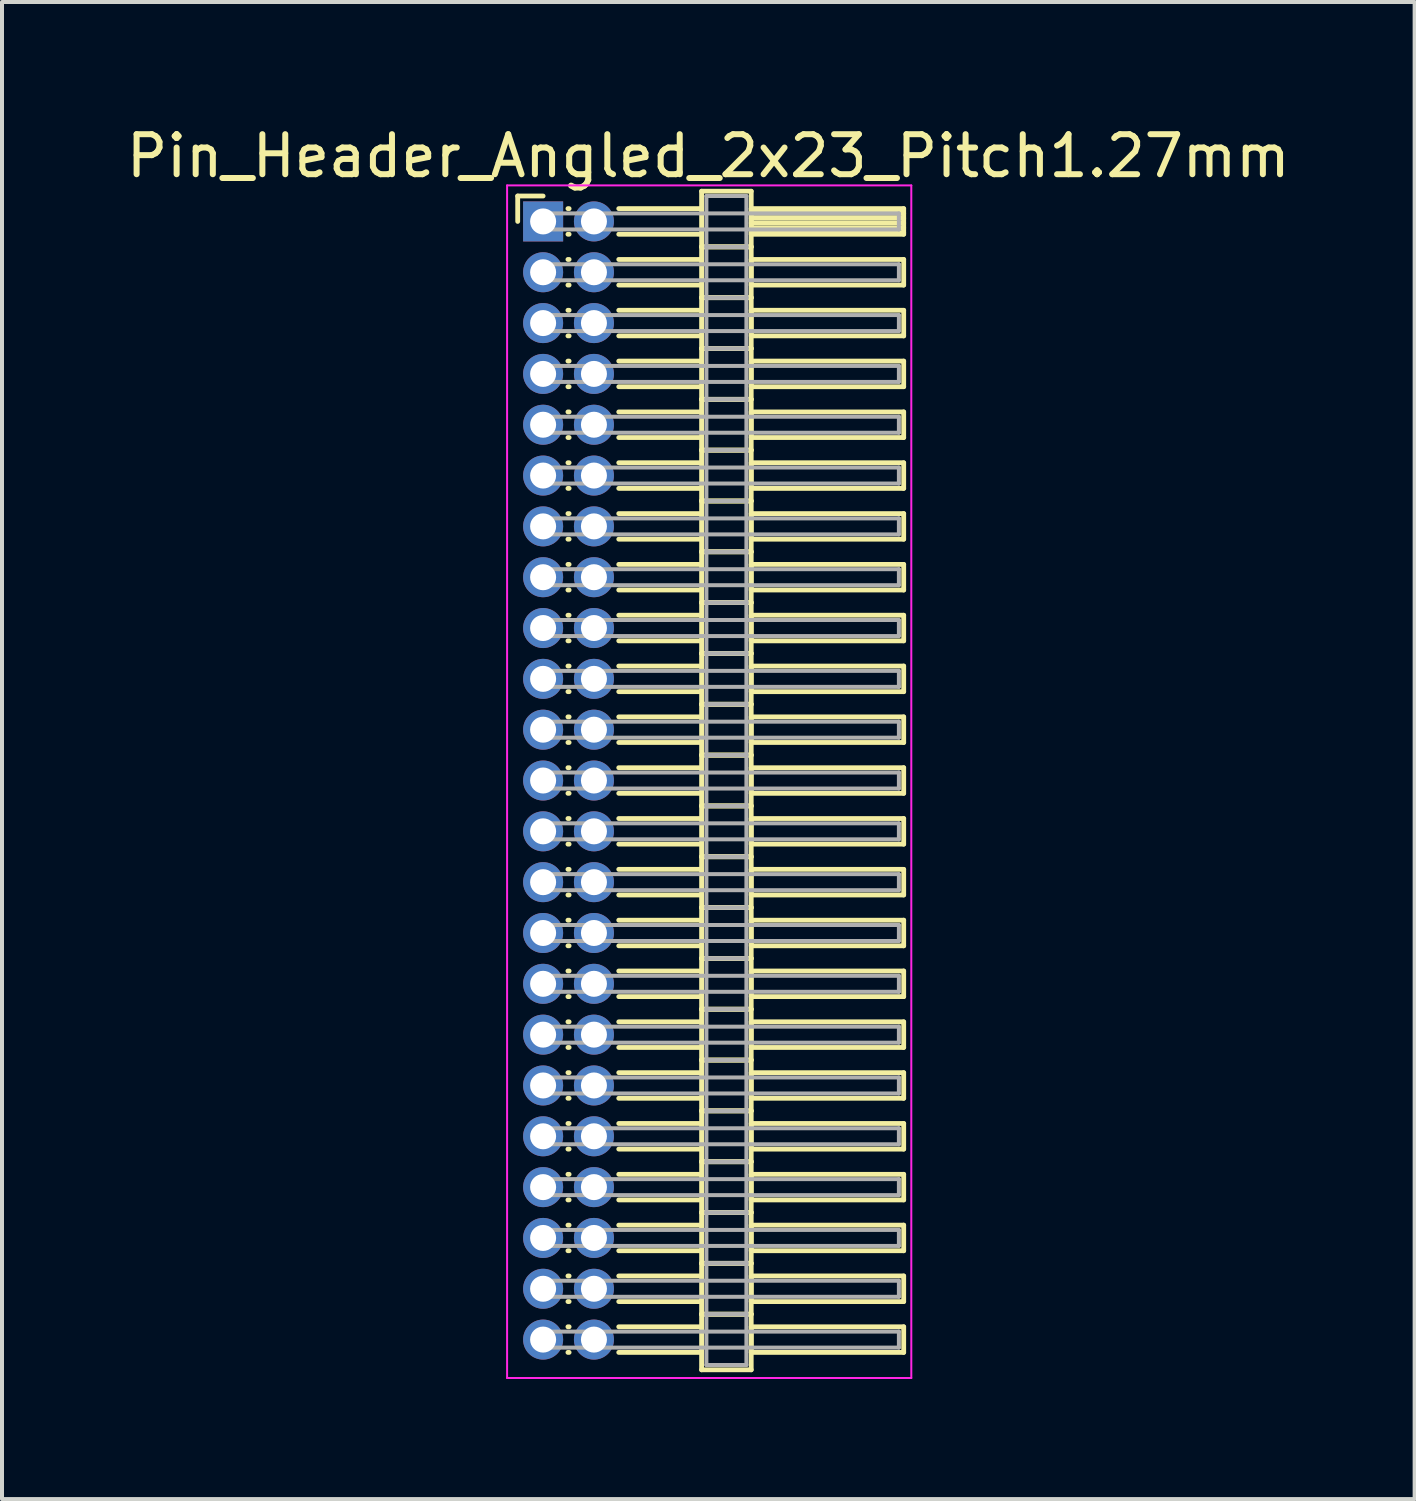
<source format=kicad_pcb>
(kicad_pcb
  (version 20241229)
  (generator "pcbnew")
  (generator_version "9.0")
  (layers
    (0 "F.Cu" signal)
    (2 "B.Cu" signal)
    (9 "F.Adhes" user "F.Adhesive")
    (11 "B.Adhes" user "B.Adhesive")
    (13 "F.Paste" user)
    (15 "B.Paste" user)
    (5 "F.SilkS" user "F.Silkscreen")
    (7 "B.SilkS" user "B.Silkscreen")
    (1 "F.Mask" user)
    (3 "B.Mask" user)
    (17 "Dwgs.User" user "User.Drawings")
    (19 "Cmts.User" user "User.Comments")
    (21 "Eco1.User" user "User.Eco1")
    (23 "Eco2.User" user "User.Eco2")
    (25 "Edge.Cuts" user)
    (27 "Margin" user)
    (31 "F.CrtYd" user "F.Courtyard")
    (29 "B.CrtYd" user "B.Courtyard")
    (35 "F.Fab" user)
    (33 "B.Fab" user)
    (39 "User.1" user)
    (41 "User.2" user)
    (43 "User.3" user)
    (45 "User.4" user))
  (footprint "Pin_Header_Angled_2x23_Pitch1.27mm"
    (layer "F.Cu")
    (at 10.521 2.483)
    (property "Reference" "Pin_Header_Angled_2x23_Pitch1.27mm" (at 4.128 -1.635 0) (layer "F.SilkS") (effects (font (size 1 1) (thickness 0.15))))
    (attr through_hole)
    (fp_line (start -0.635 -0.635) (end 0 -0.635) (stroke (width 0.12) (type solid)) (layer "F.SilkS"))
    (fp_line (start -0.635 0) (end -0.635 -0.635) (stroke (width 0.12) (type solid)) (layer "F.SilkS"))
    (fp_line (start 0.62 -0.32) (end 0.65 -0.32) (stroke (width 0.12) (type solid)) (layer "F.SilkS"))
    (fp_line (start 0.62 0.32) (end 0.65 0.32) (stroke (width 0.12) (type solid)) (layer "F.SilkS"))
    (fp_line (start 0.62 0.95) (end 0.65 0.95) (stroke (width 0.12) (type solid)) (layer "F.SilkS"))
    (fp_line (start 0.62 1.59) (end 0.65 1.59) (stroke (width 0.12) (type solid)) (layer "F.SilkS"))
    (fp_line (start 0.62 2.22) (end 0.65 2.22) (stroke (width 0.12) (type solid)) (layer "F.SilkS"))
    (fp_line (start 0.62 2.86) (end 0.65 2.86) (stroke (width 0.12) (type solid)) (layer "F.SilkS"))
    (fp_line (start 0.62 3.49) (end 0.65 3.49) (stroke (width 0.12) (type solid)) (layer "F.SilkS"))
    (fp_line (start 0.62 4.13) (end 0.65 4.13) (stroke (width 0.12) (type solid)) (layer "F.SilkS"))
    (fp_line (start 0.62 4.76) (end 0.65 4.76) (stroke (width 0.12) (type solid)) (layer "F.SilkS"))
    (fp_line (start 0.62 5.4) (end 0.65 5.4) (stroke (width 0.12) (type solid)) (layer "F.SilkS"))
    (fp_line (start 0.62 6.03) (end 0.65 6.03) (stroke (width 0.12) (type solid)) (layer "F.SilkS"))
    (fp_line (start 0.62 6.67) (end 0.65 6.67) (stroke (width 0.12) (type solid)) (layer "F.SilkS"))
    (fp_line (start 0.62 7.3) (end 0.65 7.3) (stroke (width 0.12) (type solid)) (layer "F.SilkS"))
    (fp_line (start 0.62 7.94) (end 0.65 7.94) (stroke (width 0.12) (type solid)) (layer "F.SilkS"))
    (fp_line (start 0.62 8.57) (end 0.65 8.57) (stroke (width 0.12) (type solid)) (layer "F.SilkS"))
    (fp_line (start 0.62 9.21) (end 0.65 9.21) (stroke (width 0.12) (type solid)) (layer "F.SilkS"))
    (fp_line (start 0.62 9.84) (end 0.65 9.84) (stroke (width 0.12) (type solid)) (layer "F.SilkS"))
    (fp_line (start 0.62 10.48) (end 0.65 10.48) (stroke (width 0.12) (type solid)) (layer "F.SilkS"))
    (fp_line (start 0.62 11.11) (end 0.65 11.11) (stroke (width 0.12) (type solid)) (layer "F.SilkS"))
    (fp_line (start 0.62 11.75) (end 0.65 11.75) (stroke (width 0.12) (type solid)) (layer "F.SilkS"))
    (fp_line (start 0.62 12.38) (end 0.65 12.38) (stroke (width 0.12) (type solid)) (layer "F.SilkS"))
    (fp_line (start 0.62 13.02) (end 0.65 13.02) (stroke (width 0.12) (type solid)) (layer "F.SilkS"))
    (fp_line (start 0.62 13.65) (end 0.65 13.65) (stroke (width 0.12) (type solid)) (layer "F.SilkS"))
    (fp_line (start 0.62 14.29) (end 0.65 14.29) (stroke (width 0.12) (type solid)) (layer "F.SilkS"))
    (fp_line (start 0.62 14.92) (end 0.65 14.92) (stroke (width 0.12) (type solid)) (layer "F.SilkS"))
    (fp_line (start 0.62 15.56) (end 0.65 15.56) (stroke (width 0.12) (type solid)) (layer "F.SilkS"))
    (fp_line (start 0.62 16.19) (end 0.65 16.19) (stroke (width 0.12) (type solid)) (layer "F.SilkS"))
    (fp_line (start 0.62 16.83) (end 0.65 16.83) (stroke (width 0.12) (type solid)) (layer "F.SilkS"))
    (fp_line (start 0.62 17.46) (end 0.65 17.46) (stroke (width 0.12) (type solid)) (layer "F.SilkS"))
    (fp_line (start 0.62 18.1) (end 0.65 18.1) (stroke (width 0.12) (type solid)) (layer "F.SilkS"))
    (fp_line (start 0.62 18.73) (end 0.65 18.73) (stroke (width 0.12) (type solid)) (layer "F.SilkS"))
    (fp_line (start 0.62 19.37) (end 0.65 19.37) (stroke (width 0.12) (type solid)) (layer "F.SilkS"))
    (fp_line (start 0.62 20) (end 0.65 20) (stroke (width 0.12) (type solid)) (layer "F.SilkS"))
    (fp_line (start 0.62 20.64) (end 0.65 20.64) (stroke (width 0.12) (type solid)) (layer "F.SilkS"))
    (fp_line (start 0.62 21.27) (end 0.65 21.27) (stroke (width 0.12) (type solid)) (layer "F.SilkS"))
    (fp_line (start 0.62 21.91) (end 0.65 21.91) (stroke (width 0.12) (type solid)) (layer "F.SilkS"))
    (fp_line (start 0.62 22.54) (end 0.65 22.54) (stroke (width 0.12) (type solid)) (layer "F.SilkS"))
    (fp_line (start 0.62 23.18) (end 0.65 23.18) (stroke (width 0.12) (type solid)) (layer "F.SilkS"))
    (fp_line (start 0.62 23.81) (end 0.65 23.81) (stroke (width 0.12) (type solid)) (layer "F.SilkS"))
    (fp_line (start 0.62 24.45) (end 0.65 24.45) (stroke (width 0.12) (type solid)) (layer "F.SilkS"))
    (fp_line (start 0.62 25.08) (end 0.65 25.08) (stroke (width 0.12) (type solid)) (layer "F.SilkS"))
    (fp_line (start 0.62 25.72) (end 0.65 25.72) (stroke (width 0.12) (type solid)) (layer "F.SilkS"))
    (fp_line (start 0.62 26.35) (end 0.65 26.35) (stroke (width 0.12) (type solid)) (layer "F.SilkS"))
    (fp_line (start 0.62 26.99) (end 0.65 26.99) (stroke (width 0.12) (type solid)) (layer "F.SilkS"))
    (fp_line (start 0.62 27.62) (end 0.65 27.62) (stroke (width 0.12) (type solid)) (layer "F.SilkS"))
    (fp_line (start 0.62 28.26) (end 0.65 28.26) (stroke (width 0.12) (type solid)) (layer "F.SilkS"))
    (fp_line (start 1.89 -0.32) (end 3.96 -0.32) (stroke (width 0.12) (type solid)) (layer "F.SilkS"))
    (fp_line (start 1.89 0.32) (end 3.96 0.32) (stroke (width 0.12) (type solid)) (layer "F.SilkS"))
    (fp_line (start 1.89 0.95) (end 3.96 0.95) (stroke (width 0.12) (type solid)) (layer "F.SilkS"))
    (fp_line (start 1.89 1.59) (end 3.96 1.59) (stroke (width 0.12) (type solid)) (layer "F.SilkS"))
    (fp_line (start 1.89 2.22) (end 3.96 2.22) (stroke (width 0.12) (type solid)) (layer "F.SilkS"))
    (fp_line (start 1.89 2.86) (end 3.96 2.86) (stroke (width 0.12) (type solid)) (layer "F.SilkS"))
    (fp_line (start 1.89 3.49) (end 3.96 3.49) (stroke (width 0.12) (type solid)) (layer "F.SilkS"))
    (fp_line (start 1.89 4.13) (end 3.96 4.13) (stroke (width 0.12) (type solid)) (layer "F.SilkS"))
    (fp_line (start 1.89 4.76) (end 3.96 4.76) (stroke (width 0.12) (type solid)) (layer "F.SilkS"))
    (fp_line (start 1.89 5.4) (end 3.96 5.4) (stroke (width 0.12) (type solid)) (layer "F.SilkS"))
    (fp_line (start 1.89 6.03) (end 3.96 6.03) (stroke (width 0.12) (type solid)) (layer "F.SilkS"))
    (fp_line (start 1.89 6.67) (end 3.96 6.67) (stroke (width 0.12) (type solid)) (layer "F.SilkS"))
    (fp_line (start 1.89 7.3) (end 3.96 7.3) (stroke (width 0.12) (type solid)) (layer "F.SilkS"))
    (fp_line (start 1.89 7.94) (end 3.96 7.94) (stroke (width 0.12) (type solid)) (layer "F.SilkS"))
    (fp_line (start 1.89 8.57) (end 3.96 8.57) (stroke (width 0.12) (type solid)) (layer "F.SilkS"))
    (fp_line (start 1.89 9.21) (end 3.96 9.21) (stroke (width 0.12) (type solid)) (layer "F.SilkS"))
    (fp_line (start 1.89 9.84) (end 3.96 9.84) (stroke (width 0.12) (type solid)) (layer "F.SilkS"))
    (fp_line (start 1.89 10.48) (end 3.96 10.48) (stroke (width 0.12) (type solid)) (layer "F.SilkS"))
    (fp_line (start 1.89 11.11) (end 3.96 11.11) (stroke (width 0.12) (type solid)) (layer "F.SilkS"))
    (fp_line (start 1.89 11.75) (end 3.96 11.75) (stroke (width 0.12) (type solid)) (layer "F.SilkS"))
    (fp_line (start 1.89 12.38) (end 3.96 12.38) (stroke (width 0.12) (type solid)) (layer "F.SilkS"))
    (fp_line (start 1.89 13.02) (end 3.96 13.02) (stroke (width 0.12) (type solid)) (layer "F.SilkS"))
    (fp_line (start 1.89 13.65) (end 3.96 13.65) (stroke (width 0.12) (type solid)) (layer "F.SilkS"))
    (fp_line (start 1.89 14.29) (end 3.96 14.29) (stroke (width 0.12) (type solid)) (layer "F.SilkS"))
    (fp_line (start 1.89 14.92) (end 3.96 14.92) (stroke (width 0.12) (type solid)) (layer "F.SilkS"))
    (fp_line (start 1.89 15.56) (end 3.96 15.56) (stroke (width 0.12) (type solid)) (layer "F.SilkS"))
    (fp_line (start 1.89 16.19) (end 3.96 16.19) (stroke (width 0.12) (type solid)) (layer "F.SilkS"))
    (fp_line (start 1.89 16.83) (end 3.96 16.83) (stroke (width 0.12) (type solid)) (layer "F.SilkS"))
    (fp_line (start 1.89 17.46) (end 3.96 17.46) (stroke (width 0.12) (type solid)) (layer "F.SilkS"))
    (fp_line (start 1.89 18.1) (end 3.96 18.1) (stroke (width 0.12) (type solid)) (layer "F.SilkS"))
    (fp_line (start 1.89 18.73) (end 3.96 18.73) (stroke (width 0.12) (type solid)) (layer "F.SilkS"))
    (fp_line (start 1.89 19.37) (end 3.96 19.37) (stroke (width 0.12) (type solid)) (layer "F.SilkS"))
    (fp_line (start 1.89 20) (end 3.96 20) (stroke (width 0.12) (type solid)) (layer "F.SilkS"))
    (fp_line (start 1.89 20.64) (end 3.96 20.64) (stroke (width 0.12) (type solid)) (layer "F.SilkS"))
    (fp_line (start 1.89 21.27) (end 3.96 21.27) (stroke (width 0.12) (type solid)) (layer "F.SilkS"))
    (fp_line (start 1.89 21.91) (end 3.96 21.91) (stroke (width 0.12) (type solid)) (layer "F.SilkS"))
    (fp_line (start 1.89 22.54) (end 3.96 22.54) (stroke (width 0.12) (type solid)) (layer "F.SilkS"))
    (fp_line (start 1.89 23.18) (end 3.96 23.18) (stroke (width 0.12) (type solid)) (layer "F.SilkS"))
    (fp_line (start 1.89 23.81) (end 3.96 23.81) (stroke (width 0.12) (type solid)) (layer "F.SilkS"))
    (fp_line (start 1.89 24.45) (end 3.96 24.45) (stroke (width 0.12) (type solid)) (layer "F.SilkS"))
    (fp_line (start 1.89 25.08) (end 3.96 25.08) (stroke (width 0.12) (type solid)) (layer "F.SilkS"))
    (fp_line (start 1.89 25.72) (end 3.96 25.72) (stroke (width 0.12) (type solid)) (layer "F.SilkS"))
    (fp_line (start 1.89 26.35) (end 3.96 26.35) (stroke (width 0.12) (type solid)) (layer "F.SilkS"))
    (fp_line (start 1.89 26.99) (end 3.96 26.99) (stroke (width 0.12) (type solid)) (layer "F.SilkS"))
    (fp_line (start 1.89 27.62) (end 3.96 27.62) (stroke (width 0.12) (type solid)) (layer "F.SilkS"))
    (fp_line (start 1.89 28.26) (end 3.96 28.26) (stroke (width 0.12) (type solid)) (layer "F.SilkS"))
    (fp_line (start 3.96 -0.755) (end 3.96 0.635) (stroke (width 0.12) (type solid)) (layer "F.SilkS"))
    (fp_line (start 3.96 0.635) (end 3.96 1.905) (stroke (width 0.12) (type solid)) (layer "F.SilkS"))
    (fp_line (start 3.96 0.635) (end 5.2 0.635) (stroke (width 0.12) (type solid)) (layer "F.SilkS"))
    (fp_line (start 3.96 1.905) (end 3.96 3.175) (stroke (width 0.12) (type solid)) (layer "F.SilkS"))
    (fp_line (start 3.96 1.905) (end 5.2 1.905) (stroke (width 0.12) (type solid)) (layer "F.SilkS"))
    (fp_line (start 3.96 3.175) (end 3.96 4.445) (stroke (width 0.12) (type solid)) (layer "F.SilkS"))
    (fp_line (start 3.96 3.175) (end 5.2 3.175) (stroke (width 0.12) (type solid)) (layer "F.SilkS"))
    (fp_line (start 3.96 4.445) (end 3.96 5.715) (stroke (width 0.12) (type solid)) (layer "F.SilkS"))
    (fp_line (start 3.96 4.445) (end 5.2 4.445) (stroke (width 0.12) (type solid)) (layer "F.SilkS"))
    (fp_line (start 3.96 5.715) (end 3.96 6.985) (stroke (width 0.12) (type solid)) (layer "F.SilkS"))
    (fp_line (start 3.96 5.715) (end 5.2 5.715) (stroke (width 0.12) (type solid)) (layer "F.SilkS"))
    (fp_line (start 3.96 6.985) (end 3.96 8.255) (stroke (width 0.12) (type solid)) (layer "F.SilkS"))
    (fp_line (start 3.96 6.985) (end 5.2 6.985) (stroke (width 0.12) (type solid)) (layer "F.SilkS"))
    (fp_line (start 3.96 8.255) (end 3.96 9.525) (stroke (width 0.12) (type solid)) (layer "F.SilkS"))
    (fp_line (start 3.96 8.255) (end 5.2 8.255) (stroke (width 0.12) (type solid)) (layer "F.SilkS"))
    (fp_line (start 3.96 9.525) (end 3.96 10.795) (stroke (width 0.12) (type solid)) (layer "F.SilkS"))
    (fp_line (start 3.96 9.525) (end 5.2 9.525) (stroke (width 0.12) (type solid)) (layer "F.SilkS"))
    (fp_line (start 3.96 10.795) (end 3.96 12.065) (stroke (width 0.12) (type solid)) (layer "F.SilkS"))
    (fp_line (start 3.96 10.795) (end 5.2 10.795) (stroke (width 0.12) (type solid)) (layer "F.SilkS"))
    (fp_line (start 3.96 12.065) (end 3.96 13.335) (stroke (width 0.12) (type solid)) (layer "F.SilkS"))
    (fp_line (start 3.96 12.065) (end 5.2 12.065) (stroke (width 0.12) (type solid)) (layer "F.SilkS"))
    (fp_line (start 3.96 13.335) (end 3.96 14.605) (stroke (width 0.12) (type solid)) (layer "F.SilkS"))
    (fp_line (start 3.96 13.335) (end 5.2 13.335) (stroke (width 0.12) (type solid)) (layer "F.SilkS"))
    (fp_line (start 3.96 14.605) (end 3.96 15.875) (stroke (width 0.12) (type solid)) (layer "F.SilkS"))
    (fp_line (start 3.96 14.605) (end 5.2 14.605) (stroke (width 0.12) (type solid)) (layer "F.SilkS"))
    (fp_line (start 3.96 15.875) (end 3.96 17.145) (stroke (width 0.12) (type solid)) (layer "F.SilkS"))
    (fp_line (start 3.96 15.875) (end 5.2 15.875) (stroke (width 0.12) (type solid)) (layer "F.SilkS"))
    (fp_line (start 3.96 17.145) (end 3.96 18.415) (stroke (width 0.12) (type solid)) (layer "F.SilkS"))
    (fp_line (start 3.96 17.145) (end 5.2 17.145) (stroke (width 0.12) (type solid)) (layer "F.SilkS"))
    (fp_line (start 3.96 18.415) (end 3.96 19.685) (stroke (width 0.12) (type solid)) (layer "F.SilkS"))
    (fp_line (start 3.96 18.415) (end 5.2 18.415) (stroke (width 0.12) (type solid)) (layer "F.SilkS"))
    (fp_line (start 3.96 19.685) (end 3.96 20.955) (stroke (width 0.12) (type solid)) (layer "F.SilkS"))
    (fp_line (start 3.96 19.685) (end 5.2 19.685) (stroke (width 0.12) (type solid)) (layer "F.SilkS"))
    (fp_line (start 3.96 20.955) (end 3.96 22.225) (stroke (width 0.12) (type solid)) (layer "F.SilkS"))
    (fp_line (start 3.96 20.955) (end 5.2 20.955) (stroke (width 0.12) (type solid)) (layer "F.SilkS"))
    (fp_line (start 3.96 22.225) (end 3.96 23.495) (stroke (width 0.12) (type solid)) (layer "F.SilkS"))
    (fp_line (start 3.96 22.225) (end 5.2 22.225) (stroke (width 0.12) (type solid)) (layer "F.SilkS"))
    (fp_line (start 3.96 23.495) (end 3.96 24.765) (stroke (width 0.12) (type solid)) (layer "F.SilkS"))
    (fp_line (start 3.96 23.495) (end 5.2 23.495) (stroke (width 0.12) (type solid)) (layer "F.SilkS"))
    (fp_line (start 3.96 24.765) (end 3.96 26.035) (stroke (width 0.12) (type solid)) (layer "F.SilkS"))
    (fp_line (start 3.96 24.765) (end 5.2 24.765) (stroke (width 0.12) (type solid)) (layer "F.SilkS"))
    (fp_line (start 3.96 26.035) (end 3.96 27.305) (stroke (width 0.12) (type solid)) (layer "F.SilkS"))
    (fp_line (start 3.96 26.035) (end 5.2 26.035) (stroke (width 0.12) (type solid)) (layer "F.SilkS"))
    (fp_line (start 3.96 27.305) (end 3.96 28.695) (stroke (width 0.12) (type solid)) (layer "F.SilkS"))
    (fp_line (start 3.96 27.305) (end 5.2 27.305) (stroke (width 0.12) (type solid)) (layer "F.SilkS"))
    (fp_line (start 3.96 28.695) (end 5.2 28.695) (stroke (width 0.12) (type solid)) (layer "F.SilkS"))
    (fp_line (start 5.2 -0.755) (end 3.96 -0.755) (stroke (width 0.12) (type solid)) (layer "F.SilkS"))
    (fp_line (start 5.2 -0.32) (end 5.2 0.32) (stroke (width 0.12) (type solid)) (layer "F.SilkS"))
    (fp_line (start 5.2 -0.2) (end 9.01 -0.2) (stroke (width 0.12) (type solid)) (layer "F.SilkS"))
    (fp_line (start 5.2 -0.08) (end 9.01 -0.08) (stroke (width 0.12) (type solid)) (layer "F.SilkS"))
    (fp_line (start 5.2 0.04) (end 9.01 0.04) (stroke (width 0.12) (type solid)) (layer "F.SilkS"))
    (fp_line (start 5.2 0.16) (end 9.01 0.16) (stroke (width 0.12) (type solid)) (layer "F.SilkS"))
    (fp_line (start 5.2 0.28) (end 9.01 0.28) (stroke (width 0.12) (type solid)) (layer "F.SilkS"))
    (fp_line (start 5.2 0.32) (end 9.01 0.32) (stroke (width 0.12) (type solid)) (layer "F.SilkS"))
    (fp_line (start 5.2 0.635) (end 3.96 0.635) (stroke (width 0.12) (type solid)) (layer "F.SilkS"))
    (fp_line (start 5.2 0.635) (end 5.2 -0.755) (stroke (width 0.12) (type solid)) (layer "F.SilkS"))
    (fp_line (start 5.2 0.95) (end 5.2 1.59) (stroke (width 0.12) (type solid)) (layer "F.SilkS"))
    (fp_line (start 5.2 1.59) (end 9.01 1.59) (stroke (width 0.12) (type solid)) (layer "F.SilkS"))
    (fp_line (start 5.2 1.905) (end 3.96 1.905) (stroke (width 0.12) (type solid)) (layer "F.SilkS"))
    (fp_line (start 5.2 1.905) (end 5.2 0.635) (stroke (width 0.12) (type solid)) (layer "F.SilkS"))
    (fp_line (start 5.2 2.22) (end 5.2 2.86) (stroke (width 0.12) (type solid)) (layer "F.SilkS"))
    (fp_line (start 5.2 2.86) (end 9.01 2.86) (stroke (width 0.12) (type solid)) (layer "F.SilkS"))
    (fp_line (start 5.2 3.175) (end 3.96 3.175) (stroke (width 0.12) (type solid)) (layer "F.SilkS"))
    (fp_line (start 5.2 3.175) (end 5.2 1.905) (stroke (width 0.12) (type solid)) (layer "F.SilkS"))
    (fp_line (start 5.2 3.49) (end 5.2 4.13) (stroke (width 0.12) (type solid)) (layer "F.SilkS"))
    (fp_line (start 5.2 4.13) (end 9.01 4.13) (stroke (width 0.12) (type solid)) (layer "F.SilkS"))
    (fp_line (start 5.2 4.445) (end 3.96 4.445) (stroke (width 0.12) (type solid)) (layer "F.SilkS"))
    (fp_line (start 5.2 4.445) (end 5.2 3.175) (stroke (width 0.12) (type solid)) (layer "F.SilkS"))
    (fp_line (start 5.2 4.76) (end 5.2 5.4) (stroke (width 0.12) (type solid)) (layer "F.SilkS"))
    (fp_line (start 5.2 5.4) (end 9.01 5.4) (stroke (width 0.12) (type solid)) (layer "F.SilkS"))
    (fp_line (start 5.2 5.715) (end 3.96 5.715) (stroke (width 0.12) (type solid)) (layer "F.SilkS"))
    (fp_line (start 5.2 5.715) (end 5.2 4.445) (stroke (width 0.12) (type solid)) (layer "F.SilkS"))
    (fp_line (start 5.2 6.03) (end 5.2 6.67) (stroke (width 0.12) (type solid)) (layer "F.SilkS"))
    (fp_line (start 5.2 6.67) (end 9.01 6.67) (stroke (width 0.12) (type solid)) (layer "F.SilkS"))
    (fp_line (start 5.2 6.985) (end 3.96 6.985) (stroke (width 0.12) (type solid)) (layer "F.SilkS"))
    (fp_line (start 5.2 6.985) (end 5.2 5.715) (stroke (width 0.12) (type solid)) (layer "F.SilkS"))
    (fp_line (start 5.2 7.3) (end 5.2 7.94) (stroke (width 0.12) (type solid)) (layer "F.SilkS"))
    (fp_line (start 5.2 7.94) (end 9.01 7.94) (stroke (width 0.12) (type solid)) (layer "F.SilkS"))
    (fp_line (start 5.2 8.255) (end 3.96 8.255) (stroke (width 0.12) (type solid)) (layer "F.SilkS"))
    (fp_line (start 5.2 8.255) (end 5.2 6.985) (stroke (width 0.12) (type solid)) (layer "F.SilkS"))
    (fp_line (start 5.2 8.57) (end 5.2 9.21) (stroke (width 0.12) (type solid)) (layer "F.SilkS"))
    (fp_line (start 5.2 9.21) (end 9.01 9.21) (stroke (width 0.12) (type solid)) (layer "F.SilkS"))
    (fp_line (start 5.2 9.525) (end 3.96 9.525) (stroke (width 0.12) (type solid)) (layer "F.SilkS"))
    (fp_line (start 5.2 9.525) (end 5.2 8.255) (stroke (width 0.12) (type solid)) (layer "F.SilkS"))
    (fp_line (start 5.2 9.84) (end 5.2 10.48) (stroke (width 0.12) (type solid)) (layer "F.SilkS"))
    (fp_line (start 5.2 10.48) (end 9.01 10.48) (stroke (width 0.12) (type solid)) (layer "F.SilkS"))
    (fp_line (start 5.2 10.795) (end 3.96 10.795) (stroke (width 0.12) (type solid)) (layer "F.SilkS"))
    (fp_line (start 5.2 10.795) (end 5.2 9.525) (stroke (width 0.12) (type solid)) (layer "F.SilkS"))
    (fp_line (start 5.2 11.11) (end 5.2 11.75) (stroke (width 0.12) (type solid)) (layer "F.SilkS"))
    (fp_line (start 5.2 11.75) (end 9.01 11.75) (stroke (width 0.12) (type solid)) (layer "F.SilkS"))
    (fp_line (start 5.2 12.065) (end 3.96 12.065) (stroke (width 0.12) (type solid)) (layer "F.SilkS"))
    (fp_line (start 5.2 12.065) (end 5.2 10.795) (stroke (width 0.12) (type solid)) (layer "F.SilkS"))
    (fp_line (start 5.2 12.38) (end 5.2 13.02) (stroke (width 0.12) (type solid)) (layer "F.SilkS"))
    (fp_line (start 5.2 13.02) (end 9.01 13.02) (stroke (width 0.12) (type solid)) (layer "F.SilkS"))
    (fp_line (start 5.2 13.335) (end 3.96 13.335) (stroke (width 0.12) (type solid)) (layer "F.SilkS"))
    (fp_line (start 5.2 13.335) (end 5.2 12.065) (stroke (width 0.12) (type solid)) (layer "F.SilkS"))
    (fp_line (start 5.2 13.65) (end 5.2 14.29) (stroke (width 0.12) (type solid)) (layer "F.SilkS"))
    (fp_line (start 5.2 14.29) (end 9.01 14.29) (stroke (width 0.12) (type solid)) (layer "F.SilkS"))
    (fp_line (start 5.2 14.605) (end 3.96 14.605) (stroke (width 0.12) (type solid)) (layer "F.SilkS"))
    (fp_line (start 5.2 14.605) (end 5.2 13.335) (stroke (width 0.12) (type solid)) (layer "F.SilkS"))
    (fp_line (start 5.2 14.92) (end 5.2 15.56) (stroke (width 0.12) (type solid)) (layer "F.SilkS"))
    (fp_line (start 5.2 15.56) (end 9.01 15.56) (stroke (width 0.12) (type solid)) (layer "F.SilkS"))
    (fp_line (start 5.2 15.875) (end 3.96 15.875) (stroke (width 0.12) (type solid)) (layer "F.SilkS"))
    (fp_line (start 5.2 15.875) (end 5.2 14.605) (stroke (width 0.12) (type solid)) (layer "F.SilkS"))
    (fp_line (start 5.2 16.19) (end 5.2 16.83) (stroke (width 0.12) (type solid)) (layer "F.SilkS"))
    (fp_line (start 5.2 16.83) (end 9.01 16.83) (stroke (width 0.12) (type solid)) (layer "F.SilkS"))
    (fp_line (start 5.2 17.145) (end 3.96 17.145) (stroke (width 0.12) (type solid)) (layer "F.SilkS"))
    (fp_line (start 5.2 17.145) (end 5.2 15.875) (stroke (width 0.12) (type solid)) (layer "F.SilkS"))
    (fp_line (start 5.2 17.46) (end 5.2 18.1) (stroke (width 0.12) (type solid)) (layer "F.SilkS"))
    (fp_line (start 5.2 18.1) (end 9.01 18.1) (stroke (width 0.12) (type solid)) (layer "F.SilkS"))
    (fp_line (start 5.2 18.415) (end 3.96 18.415) (stroke (width 0.12) (type solid)) (layer "F.SilkS"))
    (fp_line (start 5.2 18.415) (end 5.2 17.145) (stroke (width 0.12) (type solid)) (layer "F.SilkS"))
    (fp_line (start 5.2 18.73) (end 5.2 19.37) (stroke (width 0.12) (type solid)) (layer "F.SilkS"))
    (fp_line (start 5.2 19.37) (end 9.01 19.37) (stroke (width 0.12) (type solid)) (layer "F.SilkS"))
    (fp_line (start 5.2 19.685) (end 3.96 19.685) (stroke (width 0.12) (type solid)) (layer "F.SilkS"))
    (fp_line (start 5.2 19.685) (end 5.2 18.415) (stroke (width 0.12) (type solid)) (layer "F.SilkS"))
    (fp_line (start 5.2 20) (end 5.2 20.64) (stroke (width 0.12) (type solid)) (layer "F.SilkS"))
    (fp_line (start 5.2 20.64) (end 9.01 20.64) (stroke (width 0.12) (type solid)) (layer "F.SilkS"))
    (fp_line (start 5.2 20.955) (end 3.96 20.955) (stroke (width 0.12) (type solid)) (layer "F.SilkS"))
    (fp_line (start 5.2 20.955) (end 5.2 19.685) (stroke (width 0.12) (type solid)) (layer "F.SilkS"))
    (fp_line (start 5.2 21.27) (end 5.2 21.91) (stroke (width 0.12) (type solid)) (layer "F.SilkS"))
    (fp_line (start 5.2 21.91) (end 9.01 21.91) (stroke (width 0.12) (type solid)) (layer "F.SilkS"))
    (fp_line (start 5.2 22.225) (end 3.96 22.225) (stroke (width 0.12) (type solid)) (layer "F.SilkS"))
    (fp_line (start 5.2 22.225) (end 5.2 20.955) (stroke (width 0.12) (type solid)) (layer "F.SilkS"))
    (fp_line (start 5.2 22.54) (end 5.2 23.18) (stroke (width 0.12) (type solid)) (layer "F.SilkS"))
    (fp_line (start 5.2 23.18) (end 9.01 23.18) (stroke (width 0.12) (type solid)) (layer "F.SilkS"))
    (fp_line (start 5.2 23.495) (end 3.96 23.495) (stroke (width 0.12) (type solid)) (layer "F.SilkS"))
    (fp_line (start 5.2 23.495) (end 5.2 22.225) (stroke (width 0.12) (type solid)) (layer "F.SilkS"))
    (fp_line (start 5.2 23.81) (end 5.2 24.45) (stroke (width 0.12) (type solid)) (layer "F.SilkS"))
    (fp_line (start 5.2 24.45) (end 9.01 24.45) (stroke (width 0.12) (type solid)) (layer "F.SilkS"))
    (fp_line (start 5.2 24.765) (end 3.96 24.765) (stroke (width 0.12) (type solid)) (layer "F.SilkS"))
    (fp_line (start 5.2 24.765) (end 5.2 23.495) (stroke (width 0.12) (type solid)) (layer "F.SilkS"))
    (fp_line (start 5.2 25.08) (end 5.2 25.72) (stroke (width 0.12) (type solid)) (layer "F.SilkS"))
    (fp_line (start 5.2 25.72) (end 9.01 25.72) (stroke (width 0.12) (type solid)) (layer "F.SilkS"))
    (fp_line (start 5.2 26.035) (end 3.96 26.035) (stroke (width 0.12) (type solid)) (layer "F.SilkS"))
    (fp_line (start 5.2 26.035) (end 5.2 24.765) (stroke (width 0.12) (type solid)) (layer "F.SilkS"))
    (fp_line (start 5.2 26.35) (end 5.2 26.99) (stroke (width 0.12) (type solid)) (layer "F.SilkS"))
    (fp_line (start 5.2 26.99) (end 9.01 26.99) (stroke (width 0.12) (type solid)) (layer "F.SilkS"))
    (fp_line (start 5.2 27.305) (end 3.96 27.305) (stroke (width 0.12) (type solid)) (layer "F.SilkS"))
    (fp_line (start 5.2 27.305) (end 5.2 26.035) (stroke (width 0.12) (type solid)) (layer "F.SilkS"))
    (fp_line (start 5.2 27.62) (end 5.2 28.26) (stroke (width 0.12) (type solid)) (layer "F.SilkS"))
    (fp_line (start 5.2 28.26) (end 9.01 28.26) (stroke (width 0.12) (type solid)) (layer "F.SilkS"))
    (fp_line (start 5.2 28.695) (end 5.2 27.305) (stroke (width 0.12) (type solid)) (layer "F.SilkS"))
    (fp_line (start 9.01 -0.32) (end 5.2 -0.32) (stroke (width 0.12) (type solid)) (layer "F.SilkS"))
    (fp_line (start 9.01 0.32) (end 9.01 -0.32) (stroke (width 0.12) (type solid)) (layer "F.SilkS"))
    (fp_line (start 9.01 0.95) (end 5.2 0.95) (stroke (width 0.12) (type solid)) (layer "F.SilkS"))
    (fp_line (start 9.01 1.59) (end 9.01 0.95) (stroke (width 0.12) (type solid)) (layer "F.SilkS"))
    (fp_line (start 9.01 2.22) (end 5.2 2.22) (stroke (width 0.12) (type solid)) (layer "F.SilkS"))
    (fp_line (start 9.01 2.86) (end 9.01 2.22) (stroke (width 0.12) (type solid)) (layer "F.SilkS"))
    (fp_line (start 9.01 3.49) (end 5.2 3.49) (stroke (width 0.12) (type solid)) (layer "F.SilkS"))
    (fp_line (start 9.01 4.13) (end 9.01 3.49) (stroke (width 0.12) (type solid)) (layer "F.SilkS"))
    (fp_line (start 9.01 4.76) (end 5.2 4.76) (stroke (width 0.12) (type solid)) (layer "F.SilkS"))
    (fp_line (start 9.01 5.4) (end 9.01 4.76) (stroke (width 0.12) (type solid)) (layer "F.SilkS"))
    (fp_line (start 9.01 6.03) (end 5.2 6.03) (stroke (width 0.12) (type solid)) (layer "F.SilkS"))
    (fp_line (start 9.01 6.67) (end 9.01 6.03) (stroke (width 0.12) (type solid)) (layer "F.SilkS"))
    (fp_line (start 9.01 7.3) (end 5.2 7.3) (stroke (width 0.12) (type solid)) (layer "F.SilkS"))
    (fp_line (start 9.01 7.94) (end 9.01 7.3) (stroke (width 0.12) (type solid)) (layer "F.SilkS"))
    (fp_line (start 9.01 8.57) (end 5.2 8.57) (stroke (width 0.12) (type solid)) (layer "F.SilkS"))
    (fp_line (start 9.01 9.21) (end 9.01 8.57) (stroke (width 0.12) (type solid)) (layer "F.SilkS"))
    (fp_line (start 9.01 9.84) (end 5.2 9.84) (stroke (width 0.12) (type solid)) (layer "F.SilkS"))
    (fp_line (start 9.01 10.48) (end 9.01 9.84) (stroke (width 0.12) (type solid)) (layer "F.SilkS"))
    (fp_line (start 9.01 11.11) (end 5.2 11.11) (stroke (width 0.12) (type solid)) (layer "F.SilkS"))
    (fp_line (start 9.01 11.75) (end 9.01 11.11) (stroke (width 0.12) (type solid)) (layer "F.SilkS"))
    (fp_line (start 9.01 12.38) (end 5.2 12.38) (stroke (width 0.12) (type solid)) (layer "F.SilkS"))
    (fp_line (start 9.01 13.02) (end 9.01 12.38) (stroke (width 0.12) (type solid)) (layer "F.SilkS"))
    (fp_line (start 9.01 13.65) (end 5.2 13.65) (stroke (width 0.12) (type solid)) (layer "F.SilkS"))
    (fp_line (start 9.01 14.29) (end 9.01 13.65) (stroke (width 0.12) (type solid)) (layer "F.SilkS"))
    (fp_line (start 9.01 14.92) (end 5.2 14.92) (stroke (width 0.12) (type solid)) (layer "F.SilkS"))
    (fp_line (start 9.01 15.56) (end 9.01 14.92) (stroke (width 0.12) (type solid)) (layer "F.SilkS"))
    (fp_line (start 9.01 16.19) (end 5.2 16.19) (stroke (width 0.12) (type solid)) (layer "F.SilkS"))
    (fp_line (start 9.01 16.83) (end 9.01 16.19) (stroke (width 0.12) (type solid)) (layer "F.SilkS"))
    (fp_line (start 9.01 17.46) (end 5.2 17.46) (stroke (width 0.12) (type solid)) (layer "F.SilkS"))
    (fp_line (start 9.01 18.1) (end 9.01 17.46) (stroke (width 0.12) (type solid)) (layer "F.SilkS"))
    (fp_line (start 9.01 18.73) (end 5.2 18.73) (stroke (width 0.12) (type solid)) (layer "F.SilkS"))
    (fp_line (start 9.01 19.37) (end 9.01 18.73) (stroke (width 0.12) (type solid)) (layer "F.SilkS"))
    (fp_line (start 9.01 20) (end 5.2 20) (stroke (width 0.12) (type solid)) (layer "F.SilkS"))
    (fp_line (start 9.01 20.64) (end 9.01 20) (stroke (width 0.12) (type solid)) (layer "F.SilkS"))
    (fp_line (start 9.01 21.27) (end 5.2 21.27) (stroke (width 0.12) (type solid)) (layer "F.SilkS"))
    (fp_line (start 9.01 21.91) (end 9.01 21.27) (stroke (width 0.12) (type solid)) (layer "F.SilkS"))
    (fp_line (start 9.01 22.54) (end 5.2 22.54) (stroke (width 0.12) (type solid)) (layer "F.SilkS"))
    (fp_line (start 9.01 23.18) (end 9.01 22.54) (stroke (width 0.12) (type solid)) (layer "F.SilkS"))
    (fp_line (start 9.01 23.81) (end 5.2 23.81) (stroke (width 0.12) (type solid)) (layer "F.SilkS"))
    (fp_line (start 9.01 24.45) (end 9.01 23.81) (stroke (width 0.12) (type solid)) (layer "F.SilkS"))
    (fp_line (start 9.01 25.08) (end 5.2 25.08) (stroke (width 0.12) (type solid)) (layer "F.SilkS"))
    (fp_line (start 9.01 25.72) (end 9.01 25.08) (stroke (width 0.12) (type solid)) (layer "F.SilkS"))
    (fp_line (start 9.01 26.35) (end 5.2 26.35) (stroke (width 0.12) (type solid)) (layer "F.SilkS"))
    (fp_line (start 9.01 26.99) (end 9.01 26.35) (stroke (width 0.12) (type solid)) (layer "F.SilkS"))
    (fp_line (start 9.01 27.62) (end 5.2 27.62) (stroke (width 0.12) (type solid)) (layer "F.SilkS"))
    (fp_line (start 9.01 28.26) (end 9.01 27.62) (stroke (width 0.12) (type solid)) (layer "F.SilkS"))
    (fp_line (start -0.9 -0.9) (end -0.9 28.9) (stroke (width 0.05) (type solid)) (layer "F.CrtYd"))
    (fp_line (start -0.9 28.9) (end 9.2 28.9) (stroke (width 0.05) (type solid)) (layer "F.CrtYd"))
    (fp_line (start 9.2 -0.9) (end -0.9 -0.9) (stroke (width 0.05) (type solid)) (layer "F.CrtYd"))
    (fp_line (start 9.2 28.9) (end 9.2 -0.9) (stroke (width 0.05) (type solid)) (layer "F.CrtYd"))
    (fp_line (start 0 -0.2) (end 0 0.2) (stroke (width 0.1) (type solid)) (layer "F.Fab"))
    (fp_line (start 0 0.2) (end 8.89 0.2) (stroke (width 0.1) (type solid)) (layer "F.Fab"))
    (fp_line (start 0 1.07) (end 0 1.47) (stroke (width 0.1) (type solid)) (layer "F.Fab"))
    (fp_line (start 0 1.47) (end 8.89 1.47) (stroke (width 0.1) (type solid)) (layer "F.Fab"))
    (fp_line (start 0 2.34) (end 0 2.74) (stroke (width 0.1) (type solid)) (layer "F.Fab"))
    (fp_line (start 0 2.74) (end 8.89 2.74) (stroke (width 0.1) (type solid)) (layer "F.Fab"))
    (fp_line (start 0 3.61) (end 0 4.01) (stroke (width 0.1) (type solid)) (layer "F.Fab"))
    (fp_line (start 0 4.01) (end 8.89 4.01) (stroke (width 0.1) (type solid)) (layer "F.Fab"))
    (fp_line (start 0 4.88) (end 0 5.28) (stroke (width 0.1) (type solid)) (layer "F.Fab"))
    (fp_line (start 0 5.28) (end 8.89 5.28) (stroke (width 0.1) (type solid)) (layer "F.Fab"))
    (fp_line (start 0 6.15) (end 0 6.55) (stroke (width 0.1) (type solid)) (layer "F.Fab"))
    (fp_line (start 0 6.55) (end 8.89 6.55) (stroke (width 0.1) (type solid)) (layer "F.Fab"))
    (fp_line (start 0 7.42) (end 0 7.82) (stroke (width 0.1) (type solid)) (layer "F.Fab"))
    (fp_line (start 0 7.82) (end 8.89 7.82) (stroke (width 0.1) (type solid)) (layer "F.Fab"))
    (fp_line (start 0 8.69) (end 0 9.09) (stroke (width 0.1) (type solid)) (layer "F.Fab"))
    (fp_line (start 0 9.09) (end 8.89 9.09) (stroke (width 0.1) (type solid)) (layer "F.Fab"))
    (fp_line (start 0 9.96) (end 0 10.36) (stroke (width 0.1) (type solid)) (layer "F.Fab"))
    (fp_line (start 0 10.36) (end 8.89 10.36) (stroke (width 0.1) (type solid)) (layer "F.Fab"))
    (fp_line (start 0 11.23) (end 0 11.63) (stroke (width 0.1) (type solid)) (layer "F.Fab"))
    (fp_line (start 0 11.63) (end 8.89 11.63) (stroke (width 0.1) (type solid)) (layer "F.Fab"))
    (fp_line (start 0 12.5) (end 0 12.9) (stroke (width 0.1) (type solid)) (layer "F.Fab"))
    (fp_line (start 0 12.9) (end 8.89 12.9) (stroke (width 0.1) (type solid)) (layer "F.Fab"))
    (fp_line (start 0 13.77) (end 0 14.17) (stroke (width 0.1) (type solid)) (layer "F.Fab"))
    (fp_line (start 0 14.17) (end 8.89 14.17) (stroke (width 0.1) (type solid)) (layer "F.Fab"))
    (fp_line (start 0 15.04) (end 0 15.44) (stroke (width 0.1) (type solid)) (layer "F.Fab"))
    (fp_line (start 0 15.44) (end 8.89 15.44) (stroke (width 0.1) (type solid)) (layer "F.Fab"))
    (fp_line (start 0 16.31) (end 0 16.71) (stroke (width 0.1) (type solid)) (layer "F.Fab"))
    (fp_line (start 0 16.71) (end 8.89 16.71) (stroke (width 0.1) (type solid)) (layer "F.Fab"))
    (fp_line (start 0 17.58) (end 0 17.98) (stroke (width 0.1) (type solid)) (layer "F.Fab"))
    (fp_line (start 0 17.98) (end 8.89 17.98) (stroke (width 0.1) (type solid)) (layer "F.Fab"))
    (fp_line (start 0 18.85) (end 0 19.25) (stroke (width 0.1) (type solid)) (layer "F.Fab"))
    (fp_line (start 0 19.25) (end 8.89 19.25) (stroke (width 0.1) (type solid)) (layer "F.Fab"))
    (fp_line (start 0 20.12) (end 0 20.52) (stroke (width 0.1) (type solid)) (layer "F.Fab"))
    (fp_line (start 0 20.52) (end 8.89 20.52) (stroke (width 0.1) (type solid)) (layer "F.Fab"))
    (fp_line (start 0 21.39) (end 0 21.79) (stroke (width 0.1) (type solid)) (layer "F.Fab"))
    (fp_line (start 0 21.79) (end 8.89 21.79) (stroke (width 0.1) (type solid)) (layer "F.Fab"))
    (fp_line (start 0 22.66) (end 0 23.06) (stroke (width 0.1) (type solid)) (layer "F.Fab"))
    (fp_line (start 0 23.06) (end 8.89 23.06) (stroke (width 0.1) (type solid)) (layer "F.Fab"))
    (fp_line (start 0 23.93) (end 0 24.33) (stroke (width 0.1) (type solid)) (layer "F.Fab"))
    (fp_line (start 0 24.33) (end 8.89 24.33) (stroke (width 0.1) (type solid)) (layer "F.Fab"))
    (fp_line (start 0 25.2) (end 0 25.6) (stroke (width 0.1) (type solid)) (layer "F.Fab"))
    (fp_line (start 0 25.6) (end 8.89 25.6) (stroke (width 0.1) (type solid)) (layer "F.Fab"))
    (fp_line (start 0 26.47) (end 0 26.87) (stroke (width 0.1) (type solid)) (layer "F.Fab"))
    (fp_line (start 0 26.87) (end 8.89 26.87) (stroke (width 0.1) (type solid)) (layer "F.Fab"))
    (fp_line (start 0 27.74) (end 0 28.14) (stroke (width 0.1) (type solid)) (layer "F.Fab"))
    (fp_line (start 0 28.14) (end 8.89 28.14) (stroke (width 0.1) (type solid)) (layer "F.Fab"))
    (fp_line (start 4.08 -0.635) (end 4.08 0.635) (stroke (width 0.1) (type solid)) (layer "F.Fab"))
    (fp_line (start 4.08 0.635) (end 4.08 1.905) (stroke (width 0.1) (type solid)) (layer "F.Fab"))
    (fp_line (start 4.08 0.635) (end 5.08 0.635) (stroke (width 0.1) (type solid)) (layer "F.Fab"))
    (fp_line (start 4.08 1.905) (end 4.08 3.175) (stroke (width 0.1) (type solid)) (layer "F.Fab"))
    (fp_line (start 4.08 1.905) (end 5.08 1.905) (stroke (width 0.1) (type solid)) (layer "F.Fab"))
    (fp_line (start 4.08 3.175) (end 4.08 4.445) (stroke (width 0.1) (type solid)) (layer "F.Fab"))
    (fp_line (start 4.08 3.175) (end 5.08 3.175) (stroke (width 0.1) (type solid)) (layer "F.Fab"))
    (fp_line (start 4.08 4.445) (end 4.08 5.715) (stroke (width 0.1) (type solid)) (layer "F.Fab"))
    (fp_line (start 4.08 4.445) (end 5.08 4.445) (stroke (width 0.1) (type solid)) (layer "F.Fab"))
    (fp_line (start 4.08 5.715) (end 4.08 6.985) (stroke (width 0.1) (type solid)) (layer "F.Fab"))
    (fp_line (start 4.08 5.715) (end 5.08 5.715) (stroke (width 0.1) (type solid)) (layer "F.Fab"))
    (fp_line (start 4.08 6.985) (end 4.08 8.255) (stroke (width 0.1) (type solid)) (layer "F.Fab"))
    (fp_line (start 4.08 6.985) (end 5.08 6.985) (stroke (width 0.1) (type solid)) (layer "F.Fab"))
    (fp_line (start 4.08 8.255) (end 4.08 9.525) (stroke (width 0.1) (type solid)) (layer "F.Fab"))
    (fp_line (start 4.08 8.255) (end 5.08 8.255) (stroke (width 0.1) (type solid)) (layer "F.Fab"))
    (fp_line (start 4.08 9.525) (end 4.08 10.795) (stroke (width 0.1) (type solid)) (layer "F.Fab"))
    (fp_line (start 4.08 9.525) (end 5.08 9.525) (stroke (width 0.1) (type solid)) (layer "F.Fab"))
    (fp_line (start 4.08 10.795) (end 4.08 12.065) (stroke (width 0.1) (type solid)) (layer "F.Fab"))
    (fp_line (start 4.08 10.795) (end 5.08 10.795) (stroke (width 0.1) (type solid)) (layer "F.Fab"))
    (fp_line (start 4.08 12.065) (end 4.08 13.335) (stroke (width 0.1) (type solid)) (layer "F.Fab"))
    (fp_line (start 4.08 12.065) (end 5.08 12.065) (stroke (width 0.1) (type solid)) (layer "F.Fab"))
    (fp_line (start 4.08 13.335) (end 4.08 14.605) (stroke (width 0.1) (type solid)) (layer "F.Fab"))
    (fp_line (start 4.08 13.335) (end 5.08 13.335) (stroke (width 0.1) (type solid)) (layer "F.Fab"))
    (fp_line (start 4.08 14.605) (end 4.08 15.875) (stroke (width 0.1) (type solid)) (layer "F.Fab"))
    (fp_line (start 4.08 14.605) (end 5.08 14.605) (stroke (width 0.1) (type solid)) (layer "F.Fab"))
    (fp_line (start 4.08 15.875) (end 4.08 17.145) (stroke (width 0.1) (type solid)) (layer "F.Fab"))
    (fp_line (start 4.08 15.875) (end 5.08 15.875) (stroke (width 0.1) (type solid)) (layer "F.Fab"))
    (fp_line (start 4.08 17.145) (end 4.08 18.415) (stroke (width 0.1) (type solid)) (layer "F.Fab"))
    (fp_line (start 4.08 17.145) (end 5.08 17.145) (stroke (width 0.1) (type solid)) (layer "F.Fab"))
    (fp_line (start 4.08 18.415) (end 4.08 19.685) (stroke (width 0.1) (type solid)) (layer "F.Fab"))
    (fp_line (start 4.08 18.415) (end 5.08 18.415) (stroke (width 0.1) (type solid)) (layer "F.Fab"))
    (fp_line (start 4.08 19.685) (end 4.08 20.955) (stroke (width 0.1) (type solid)) (layer "F.Fab"))
    (fp_line (start 4.08 19.685) (end 5.08 19.685) (stroke (width 0.1) (type solid)) (layer "F.Fab"))
    (fp_line (start 4.08 20.955) (end 4.08 22.225) (stroke (width 0.1) (type solid)) (layer "F.Fab"))
    (fp_line (start 4.08 20.955) (end 5.08 20.955) (stroke (width 0.1) (type solid)) (layer "F.Fab"))
    (fp_line (start 4.08 22.225) (end 4.08 23.495) (stroke (width 0.1) (type solid)) (layer "F.Fab"))
    (fp_line (start 4.08 22.225) (end 5.08 22.225) (stroke (width 0.1) (type solid)) (layer "F.Fab"))
    (fp_line (start 4.08 23.495) (end 4.08 24.765) (stroke (width 0.1) (type solid)) (layer "F.Fab"))
    (fp_line (start 4.08 23.495) (end 5.08 23.495) (stroke (width 0.1) (type solid)) (layer "F.Fab"))
    (fp_line (start 4.08 24.765) (end 4.08 26.035) (stroke (width 0.1) (type solid)) (layer "F.Fab"))
    (fp_line (start 4.08 24.765) (end 5.08 24.765) (stroke (width 0.1) (type solid)) (layer "F.Fab"))
    (fp_line (start 4.08 26.035) (end 4.08 27.305) (stroke (width 0.1) (type solid)) (layer "F.Fab"))
    (fp_line (start 4.08 26.035) (end 5.08 26.035) (stroke (width 0.1) (type solid)) (layer "F.Fab"))
    (fp_line (start 4.08 27.305) (end 4.08 28.575) (stroke (width 0.1) (type solid)) (layer "F.Fab"))
    (fp_line (start 4.08 27.305) (end 5.08 27.305) (stroke (width 0.1) (type solid)) (layer "F.Fab"))
    (fp_line (start 4.08 28.575) (end 5.08 28.575) (stroke (width 0.1) (type solid)) (layer "F.Fab"))
    (fp_line (start 5.08 -0.635) (end 4.08 -0.635) (stroke (width 0.1) (type solid)) (layer "F.Fab"))
    (fp_line (start 5.08 0.635) (end 4.08 0.635) (stroke (width 0.1) (type solid)) (layer "F.Fab"))
    (fp_line (start 5.08 0.635) (end 5.08 -0.635) (stroke (width 0.1) (type solid)) (layer "F.Fab"))
    (fp_line (start 5.08 1.905) (end 4.08 1.905) (stroke (width 0.1) (type solid)) (layer "F.Fab"))
    (fp_line (start 5.08 1.905) (end 5.08 0.635) (stroke (width 0.1) (type solid)) (layer "F.Fab"))
    (fp_line (start 5.08 3.175) (end 4.08 3.175) (stroke (width 0.1) (type solid)) (layer "F.Fab"))
    (fp_line (start 5.08 3.175) (end 5.08 1.905) (stroke (width 0.1) (type solid)) (layer "F.Fab"))
    (fp_line (start 5.08 4.445) (end 4.08 4.445) (stroke (width 0.1) (type solid)) (layer "F.Fab"))
    (fp_line (start 5.08 4.445) (end 5.08 3.175) (stroke (width 0.1) (type solid)) (layer "F.Fab"))
    (fp_line (start 5.08 5.715) (end 4.08 5.715) (stroke (width 0.1) (type solid)) (layer "F.Fab"))
    (fp_line (start 5.08 5.715) (end 5.08 4.445) (stroke (width 0.1) (type solid)) (layer "F.Fab"))
    (fp_line (start 5.08 6.985) (end 4.08 6.985) (stroke (width 0.1) (type solid)) (layer "F.Fab"))
    (fp_line (start 5.08 6.985) (end 5.08 5.715) (stroke (width 0.1) (type solid)) (layer "F.Fab"))
    (fp_line (start 5.08 8.255) (end 4.08 8.255) (stroke (width 0.1) (type solid)) (layer "F.Fab"))
    (fp_line (start 5.08 8.255) (end 5.08 6.985) (stroke (width 0.1) (type solid)) (layer "F.Fab"))
    (fp_line (start 5.08 9.525) (end 4.08 9.525) (stroke (width 0.1) (type solid)) (layer "F.Fab"))
    (fp_line (start 5.08 9.525) (end 5.08 8.255) (stroke (width 0.1) (type solid)) (layer "F.Fab"))
    (fp_line (start 5.08 10.795) (end 4.08 10.795) (stroke (width 0.1) (type solid)) (layer "F.Fab"))
    (fp_line (start 5.08 10.795) (end 5.08 9.525) (stroke (width 0.1) (type solid)) (layer "F.Fab"))
    (fp_line (start 5.08 12.065) (end 4.08 12.065) (stroke (width 0.1) (type solid)) (layer "F.Fab"))
    (fp_line (start 5.08 12.065) (end 5.08 10.795) (stroke (width 0.1) (type solid)) (layer "F.Fab"))
    (fp_line (start 5.08 13.335) (end 4.08 13.335) (stroke (width 0.1) (type solid)) (layer "F.Fab"))
    (fp_line (start 5.08 13.335) (end 5.08 12.065) (stroke (width 0.1) (type solid)) (layer "F.Fab"))
    (fp_line (start 5.08 14.605) (end 4.08 14.605) (stroke (width 0.1) (type solid)) (layer "F.Fab"))
    (fp_line (start 5.08 14.605) (end 5.08 13.335) (stroke (width 0.1) (type solid)) (layer "F.Fab"))
    (fp_line (start 5.08 15.875) (end 4.08 15.875) (stroke (width 0.1) (type solid)) (layer "F.Fab"))
    (fp_line (start 5.08 15.875) (end 5.08 14.605) (stroke (width 0.1) (type solid)) (layer "F.Fab"))
    (fp_line (start 5.08 17.145) (end 4.08 17.145) (stroke (width 0.1) (type solid)) (layer "F.Fab"))
    (fp_line (start 5.08 17.145) (end 5.08 15.875) (stroke (width 0.1) (type solid)) (layer "F.Fab"))
    (fp_line (start 5.08 18.415) (end 4.08 18.415) (stroke (width 0.1) (type solid)) (layer "F.Fab"))
    (fp_line (start 5.08 18.415) (end 5.08 17.145) (stroke (width 0.1) (type solid)) (layer "F.Fab"))
    (fp_line (start 5.08 19.685) (end 4.08 19.685) (stroke (width 0.1) (type solid)) (layer "F.Fab"))
    (fp_line (start 5.08 19.685) (end 5.08 18.415) (stroke (width 0.1) (type solid)) (layer "F.Fab"))
    (fp_line (start 5.08 20.955) (end 4.08 20.955) (stroke (width 0.1) (type solid)) (layer "F.Fab"))
    (fp_line (start 5.08 20.955) (end 5.08 19.685) (stroke (width 0.1) (type solid)) (layer "F.Fab"))
    (fp_line (start 5.08 22.225) (end 4.08 22.225) (stroke (width 0.1) (type solid)) (layer "F.Fab"))
    (fp_line (start 5.08 22.225) (end 5.08 20.955) (stroke (width 0.1) (type solid)) (layer "F.Fab"))
    (fp_line (start 5.08 23.495) (end 4.08 23.495) (stroke (width 0.1) (type solid)) (layer "F.Fab"))
    (fp_line (start 5.08 23.495) (end 5.08 22.225) (stroke (width 0.1) (type solid)) (layer "F.Fab"))
    (fp_line (start 5.08 24.765) (end 4.08 24.765) (stroke (width 0.1) (type solid)) (layer "F.Fab"))
    (fp_line (start 5.08 24.765) (end 5.08 23.495) (stroke (width 0.1) (type solid)) (layer "F.Fab"))
    (fp_line (start 5.08 26.035) (end 4.08 26.035) (stroke (width 0.1) (type solid)) (layer "F.Fab"))
    (fp_line (start 5.08 26.035) (end 5.08 24.765) (stroke (width 0.1) (type solid)) (layer "F.Fab"))
    (fp_line (start 5.08 27.305) (end 4.08 27.305) (stroke (width 0.1) (type solid)) (layer "F.Fab"))
    (fp_line (start 5.08 27.305) (end 5.08 26.035) (stroke (width 0.1) (type solid)) (layer "F.Fab"))
    (fp_line (start 5.08 28.575) (end 5.08 27.305) (stroke (width 0.1) (type solid)) (layer "F.Fab"))
    (fp_line (start 8.89 -0.2) (end 0 -0.2) (stroke (width 0.1) (type solid)) (layer "F.Fab"))
    (fp_line (start 8.89 0.2) (end 8.89 -0.2) (stroke (width 0.1) (type solid)) (layer "F.Fab"))
    (fp_line (start 8.89 1.07) (end 0 1.07) (stroke (width 0.1) (type solid)) (layer "F.Fab"))
    (fp_line (start 8.89 1.47) (end 8.89 1.07) (stroke (width 0.1) (type solid)) (layer "F.Fab"))
    (fp_line (start 8.89 2.34) (end 0 2.34) (stroke (width 0.1) (type solid)) (layer "F.Fab"))
    (fp_line (start 8.89 2.74) (end 8.89 2.34) (stroke (width 0.1) (type solid)) (layer "F.Fab"))
    (fp_line (start 8.89 3.61) (end 0 3.61) (stroke (width 0.1) (type solid)) (layer "F.Fab"))
    (fp_line (start 8.89 4.01) (end 8.89 3.61) (stroke (width 0.1) (type solid)) (layer "F.Fab"))
    (fp_line (start 8.89 4.88) (end 0 4.88) (stroke (width 0.1) (type solid)) (layer "F.Fab"))
    (fp_line (start 8.89 5.28) (end 8.89 4.88) (stroke (width 0.1) (type solid)) (layer "F.Fab"))
    (fp_line (start 8.89 6.15) (end 0 6.15) (stroke (width 0.1) (type solid)) (layer "F.Fab"))
    (fp_line (start 8.89 6.55) (end 8.89 6.15) (stroke (width 0.1) (type solid)) (layer "F.Fab"))
    (fp_line (start 8.89 7.42) (end 0 7.42) (stroke (width 0.1) (type solid)) (layer "F.Fab"))
    (fp_line (start 8.89 7.82) (end 8.89 7.42) (stroke (width 0.1) (type solid)) (layer "F.Fab"))
    (fp_line (start 8.89 8.69) (end 0 8.69) (stroke (width 0.1) (type solid)) (layer "F.Fab"))
    (fp_line (start 8.89 9.09) (end 8.89 8.69) (stroke (width 0.1) (type solid)) (layer "F.Fab"))
    (fp_line (start 8.89 9.96) (end 0 9.96) (stroke (width 0.1) (type solid)) (layer "F.Fab"))
    (fp_line (start 8.89 10.36) (end 8.89 9.96) (stroke (width 0.1) (type solid)) (layer "F.Fab"))
    (fp_line (start 8.89 11.23) (end 0 11.23) (stroke (width 0.1) (type solid)) (layer "F.Fab"))
    (fp_line (start 8.89 11.63) (end 8.89 11.23) (stroke (width 0.1) (type solid)) (layer "F.Fab"))
    (fp_line (start 8.89 12.5) (end 0 12.5) (stroke (width 0.1) (type solid)) (layer "F.Fab"))
    (fp_line (start 8.89 12.9) (end 8.89 12.5) (stroke (width 0.1) (type solid)) (layer "F.Fab"))
    (fp_line (start 8.89 13.77) (end 0 13.77) (stroke (width 0.1) (type solid)) (layer "F.Fab"))
    (fp_line (start 8.89 14.17) (end 8.89 13.77) (stroke (width 0.1) (type solid)) (layer "F.Fab"))
    (fp_line (start 8.89 15.04) (end 0 15.04) (stroke (width 0.1) (type solid)) (layer "F.Fab"))
    (fp_line (start 8.89 15.44) (end 8.89 15.04) (stroke (width 0.1) (type solid)) (layer "F.Fab"))
    (fp_line (start 8.89 16.31) (end 0 16.31) (stroke (width 0.1) (type solid)) (layer "F.Fab"))
    (fp_line (start 8.89 16.71) (end 8.89 16.31) (stroke (width 0.1) (type solid)) (layer "F.Fab"))
    (fp_line (start 8.89 17.58) (end 0 17.58) (stroke (width 0.1) (type solid)) (layer "F.Fab"))
    (fp_line (start 8.89 17.98) (end 8.89 17.58) (stroke (width 0.1) (type solid)) (layer "F.Fab"))
    (fp_line (start 8.89 18.85) (end 0 18.85) (stroke (width 0.1) (type solid)) (layer "F.Fab"))
    (fp_line (start 8.89 19.25) (end 8.89 18.85) (stroke (width 0.1) (type solid)) (layer "F.Fab"))
    (fp_line (start 8.89 20.12) (end 0 20.12) (stroke (width 0.1) (type solid)) (layer "F.Fab"))
    (fp_line (start 8.89 20.52) (end 8.89 20.12) (stroke (width 0.1) (type solid)) (layer "F.Fab"))
    (fp_line (start 8.89 21.39) (end 0 21.39) (stroke (width 0.1) (type solid)) (layer "F.Fab"))
    (fp_line (start 8.89 21.79) (end 8.89 21.39) (stroke (width 0.1) (type solid)) (layer "F.Fab"))
    (fp_line (start 8.89 22.66) (end 0 22.66) (stroke (width 0.1) (type solid)) (layer "F.Fab"))
    (fp_line (start 8.89 23.06) (end 8.89 22.66) (stroke (width 0.1) (type solid)) (layer "F.Fab"))
    (fp_line (start 8.89 23.93) (end 0 23.93) (stroke (width 0.1) (type solid)) (layer "F.Fab"))
    (fp_line (start 8.89 24.33) (end 8.89 23.93) (stroke (width 0.1) (type solid)) (layer "F.Fab"))
    (fp_line (start 8.89 25.2) (end 0 25.2) (stroke (width 0.1) (type solid)) (layer "F.Fab"))
    (fp_line (start 8.89 25.6) (end 8.89 25.2) (stroke (width 0.1) (type solid)) (layer "F.Fab"))
    (fp_line (start 8.89 26.47) (end 0 26.47) (stroke (width 0.1) (type solid)) (layer "F.Fab"))
    (fp_line (start 8.89 26.87) (end 8.89 26.47) (stroke (width 0.1) (type solid)) (layer "F.Fab"))
    (fp_line (start 8.89 27.74) (end 0 27.74) (stroke (width 0.1) (type solid)) (layer "F.Fab"))
    (fp_line (start 8.89 28.14) (end 8.89 27.74) (stroke (width 0.1) (type solid)) (layer "F.Fab"))
    (pad "1" thru_hole rect (at 0 0) (size 1 1) (drill 0.65) (layers "*.Cu" "*.Mask"))
    (pad "2" thru_hole oval (at 1.27 0) (size 1 1) (drill 0.65) (layers "*.Cu" "*.Mask"))
    (pad "3" thru_hole oval (at 0 1.27) (size 1 1) (drill 0.65) (layers "*.Cu" "*.Mask"))
    (pad "4" thru_hole oval (at 1.27 1.27) (size 1 1) (drill 0.65) (layers "*.Cu" "*.Mask"))
    (pad "5" thru_hole oval (at 0 2.54) (size 1 1) (drill 0.65) (layers "*.Cu" "*.Mask"))
    (pad "6" thru_hole oval (at 1.27 2.54) (size 1 1) (drill 0.65) (layers "*.Cu" "*.Mask"))
    (pad "7" thru_hole oval (at 0 3.81) (size 1 1) (drill 0.65) (layers "*.Cu" "*.Mask"))
    (pad "8" thru_hole oval (at 1.27 3.81) (size 1 1) (drill 0.65) (layers "*.Cu" "*.Mask"))
    (pad "9" thru_hole oval (at 0 5.08) (size 1 1) (drill 0.65) (layers "*.Cu" "*.Mask"))
    (pad "10" thru_hole oval (at 1.27 5.08) (size 1 1) (drill 0.65) (layers "*.Cu" "*.Mask"))
    (pad "11" thru_hole oval (at 0 6.35) (size 1 1) (drill 0.65) (layers "*.Cu" "*.Mask"))
    (pad "12" thru_hole oval (at 1.27 6.35) (size 1 1) (drill 0.65) (layers "*.Cu" "*.Mask"))
    (pad "13" thru_hole oval (at 0 7.62) (size 1 1) (drill 0.65) (layers "*.Cu" "*.Mask"))
    (pad "14" thru_hole oval (at 1.27 7.62) (size 1 1) (drill 0.65) (layers "*.Cu" "*.Mask"))
    (pad "15" thru_hole oval (at 0 8.89) (size 1 1) (drill 0.65) (layers "*.Cu" "*.Mask"))
    (pad "16" thru_hole oval (at 1.27 8.89) (size 1 1) (drill 0.65) (layers "*.Cu" "*.Mask"))
    (pad "17" thru_hole oval (at 0 10.16) (size 1 1) (drill 0.65) (layers "*.Cu" "*.Mask"))
    (pad "18" thru_hole oval (at 1.27 10.16) (size 1 1) (drill 0.65) (layers "*.Cu" "*.Mask"))
    (pad "19" thru_hole oval (at 0 11.43) (size 1 1) (drill 0.65) (layers "*.Cu" "*.Mask"))
    (pad "20" thru_hole oval (at 1.27 11.43) (size 1 1) (drill 0.65) (layers "*.Cu" "*.Mask"))
    (pad "21" thru_hole oval (at 0 12.7) (size 1 1) (drill 0.65) (layers "*.Cu" "*.Mask"))
    (pad "22" thru_hole oval (at 1.27 12.7) (size 1 1) (drill 0.65) (layers "*.Cu" "*.Mask"))
    (pad "23" thru_hole oval (at 0 13.97) (size 1 1) (drill 0.65) (layers "*.Cu" "*.Mask"))
    (pad "24" thru_hole oval (at 1.27 13.97) (size 1 1) (drill 0.65) (layers "*.Cu" "*.Mask"))
    (pad "25" thru_hole oval (at 0 15.24) (size 1 1) (drill 0.65) (layers "*.Cu" "*.Mask"))
    (pad "26" thru_hole oval (at 1.27 15.24) (size 1 1) (drill 0.65) (layers "*.Cu" "*.Mask"))
    (pad "27" thru_hole oval (at 0 16.51) (size 1 1) (drill 0.65) (layers "*.Cu" "*.Mask"))
    (pad "28" thru_hole oval (at 1.27 16.51) (size 1 1) (drill 0.65) (layers "*.Cu" "*.Mask"))
    (pad "29" thru_hole oval (at 0 17.78) (size 1 1) (drill 0.65) (layers "*.Cu" "*.Mask"))
    (pad "30" thru_hole oval (at 1.27 17.78) (size 1 1) (drill 0.65) (layers "*.Cu" "*.Mask"))
    (pad "31" thru_hole oval (at 0 19.05) (size 1 1) (drill 0.65) (layers "*.Cu" "*.Mask"))
    (pad "32" thru_hole oval (at 1.27 19.05) (size 1 1) (drill 0.65) (layers "*.Cu" "*.Mask"))
    (pad "33" thru_hole oval (at 0 20.32) (size 1 1) (drill 0.65) (layers "*.Cu" "*.Mask"))
    (pad "34" thru_hole oval (at 1.27 20.32) (size 1 1) (drill 0.65) (layers "*.Cu" "*.Mask"))
    (pad "35" thru_hole oval (at 0 21.59) (size 1 1) (drill 0.65) (layers "*.Cu" "*.Mask"))
    (pad "36" thru_hole oval (at 1.27 21.59) (size 1 1) (drill 0.65) (layers "*.Cu" "*.Mask"))
    (pad "37" thru_hole oval (at 0 22.86) (size 1 1) (drill 0.65) (layers "*.Cu" "*.Mask"))
    (pad "38" thru_hole oval (at 1.27 22.86) (size 1 1) (drill 0.65) (layers "*.Cu" "*.Mask"))
    (pad "39" thru_hole oval (at 0 24.13) (size 1 1) (drill 0.65) (layers "*.Cu" "*.Mask"))
    (pad "40" thru_hole oval (at 1.27 24.13) (size 1 1) (drill 0.65) (layers "*.Cu" "*.Mask"))
    (pad "41" thru_hole oval (at 0 25.4) (size 1 1) (drill 0.65) (layers "*.Cu" "*.Mask"))
    (pad "42" thru_hole oval (at 1.27 25.4) (size 1 1) (drill 0.65) (layers "*.Cu" "*.Mask"))
    (pad "43" thru_hole oval (at 0 26.67) (size 1 1) (drill 0.65) (layers "*.Cu" "*.Mask"))
    (pad "44" thru_hole oval (at 1.27 26.67) (size 1 1) (drill 0.65) (layers "*.Cu" "*.Mask"))
    (pad "45" thru_hole oval (at 0 27.94) (size 1 1) (drill 0.65) (layers "*.Cu" "*.Mask"))
    (pad "46" thru_hole oval (at 1.27 27.94) (size 1 1) (drill 0.65) (layers "*.Cu" "*.Mask")))
  (gr_rect
    (start -3 -3)
    (end 32.298 34.408)
    (stroke (width 0.1) (type default))
    (fill no)
    (layer "Edge.Cuts")))
</source>
